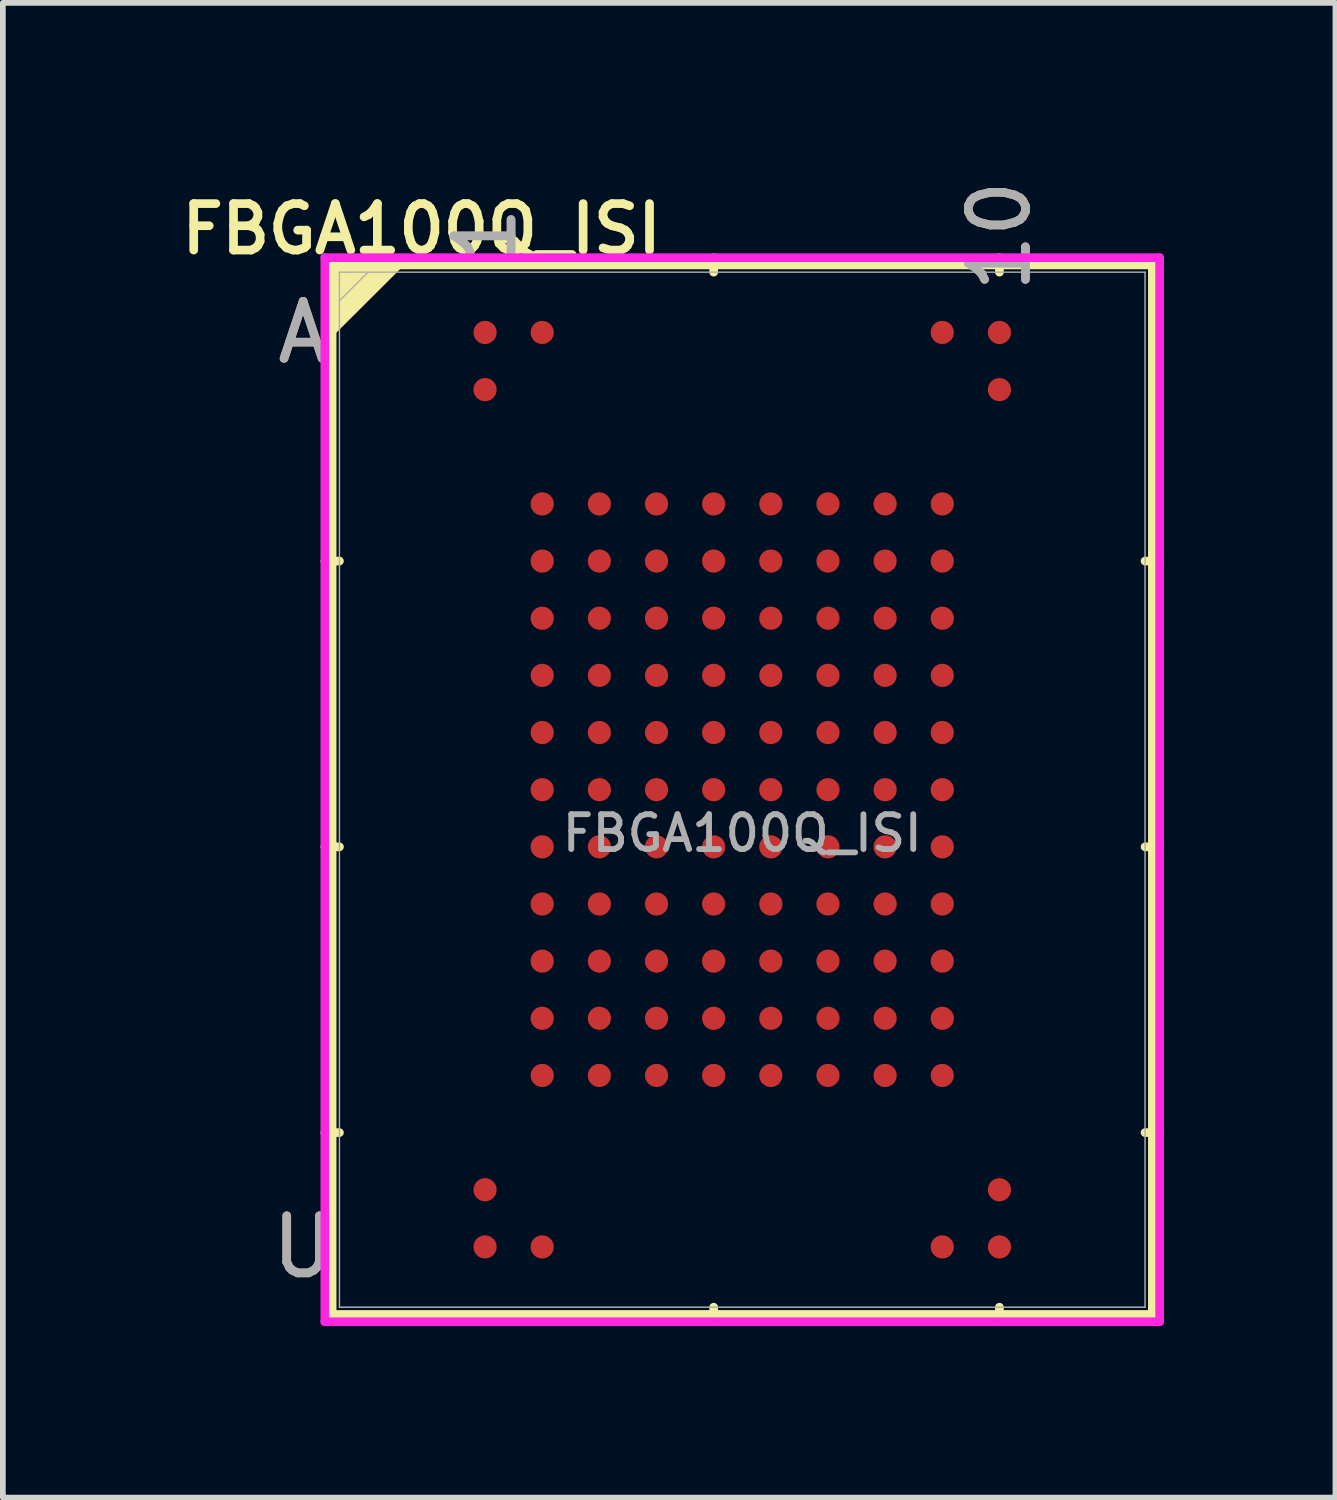
<source format=kicad_pcb>
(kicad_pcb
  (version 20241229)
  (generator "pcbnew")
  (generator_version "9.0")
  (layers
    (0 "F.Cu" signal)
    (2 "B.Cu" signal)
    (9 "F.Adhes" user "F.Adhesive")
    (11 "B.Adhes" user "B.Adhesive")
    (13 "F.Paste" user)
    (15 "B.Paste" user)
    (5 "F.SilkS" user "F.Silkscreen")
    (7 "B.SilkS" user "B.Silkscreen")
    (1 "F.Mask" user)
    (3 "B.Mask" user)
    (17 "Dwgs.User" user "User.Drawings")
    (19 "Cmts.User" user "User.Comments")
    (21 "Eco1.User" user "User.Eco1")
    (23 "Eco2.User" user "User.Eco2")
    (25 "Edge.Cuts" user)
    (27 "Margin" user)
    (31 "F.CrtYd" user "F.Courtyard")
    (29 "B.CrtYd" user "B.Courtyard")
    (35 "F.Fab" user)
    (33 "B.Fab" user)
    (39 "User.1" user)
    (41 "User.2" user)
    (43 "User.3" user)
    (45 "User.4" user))
  (footprint "FBGA100Q_ISI"
    (layer "F.Cu")
    (at 9.937 10.767)
    (property "Reference" "FBGA100Q_ISI" (at -5.61 -9.81 0) (unlocked yes) (layer "F.SilkS") (effects (font (size 0.813 0.813) (thickness 0.152) (bold yes))))
    (attr smd)
    (fp_line (start -7.176 -9.182) (end -7.176 9.182) (stroke (width 0.152) (type solid)) (layer "F.SilkS"))
    (fp_line (start -7.176 9.182) (end 7.176 9.182) (stroke (width 0.152) (type solid)) (layer "F.SilkS"))
    (fp_line (start -7.048 -4) (end -7.303 -4) (stroke (width 0.152) (type solid)) (layer "F.SilkS"))
    (fp_line (start -7.048 1) (end -7.303 1) (stroke (width 0.152) (type solid)) (layer "F.SilkS"))
    (fp_line (start -7.048 6) (end -7.303 6) (stroke (width 0.152) (type solid)) (layer "F.SilkS"))
    (fp_line (start -0.5 -9.055) (end -0.5 -9.309) (stroke (width 0.152) (type solid)) (layer "F.SilkS"))
    (fp_line (start -0.5 9.055) (end -0.5 9.309) (stroke (width 0.152) (type solid)) (layer "F.SilkS"))
    (fp_line (start 4.5 -9.055) (end 4.5 -9.309) (stroke (width 0.152) (type solid)) (layer "F.SilkS"))
    (fp_line (start 4.5 9.055) (end 4.5 9.309) (stroke (width 0.152) (type solid)) (layer "F.SilkS"))
    (fp_line (start 7.048 -4) (end 7.303 -4) (stroke (width 0.152) (type solid)) (layer "F.SilkS"))
    (fp_line (start 7.048 1) (end 7.303 1) (stroke (width 0.152) (type solid)) (layer "F.SilkS"))
    (fp_line (start 7.048 6) (end 7.303 6) (stroke (width 0.152) (type solid)) (layer "F.SilkS"))
    (fp_line (start 7.176 -9.182) (end -7.176 -9.182) (stroke (width 0.152) (type solid)) (layer "F.SilkS"))
    (fp_line (start 7.176 9.182) (end 7.176 -9.182) (stroke (width 0.152) (type solid)) (layer "F.SilkS"))
    (fp_poly (pts (xy -7.176 -9.182) (xy -7.176 -8.03) (xy -6.02 -9.182)) (stroke (width 0.152) (type solid)) (fill yes) (layer "F.SilkS"))
    (fp_line (start -7.303 -9.309) (end 7.303 -9.309) (stroke (width 0.152) (type solid)) (layer "F.CrtYd"))
    (fp_line (start -7.303 9.309) (end -7.303 -9.309) (stroke (width 0.152) (type solid)) (layer "F.CrtYd"))
    (fp_line (start 7.303 -9.309) (end 7.303 9.309) (stroke (width 0.152) (type solid)) (layer "F.CrtYd"))
    (fp_line (start 7.303 9.309) (end -7.303 9.309) (stroke (width 0.152) (type solid)) (layer "F.CrtYd"))
    (fp_line (start -7.048 -9.055) (end -7.048 9.055) (stroke (width 0.025) (type solid)) (layer "F.Fab"))
    (fp_line (start -7.048 9.055) (end 7.048 9.055) (stroke (width 0.025) (type solid)) (layer "F.Fab"))
    (fp_line (start -6.548 -9.055) (end -7.048 -8.555) (stroke (width 0.025) (type solid)) (layer "F.Fab"))
    (fp_line (start 7.048 -9.055) (end -7.048 -9.055) (stroke (width 0.025) (type solid)) (layer "F.Fab"))
    (fp_line (start 7.048 9.055) (end 7.048 -9.055) (stroke (width 0.025) (type solid)) (layer "F.Fab"))
    (fp_text user "10" (at 4.5 -9.69 90) (unlocked yes) (layer "B.SilkS") (effects (font (size 1 1) (thickness 0.15))))
    (fp_text user "A" (at -7.684 -8 0) (unlocked yes) (layer "B.SilkS") (effects (font (size 1 1) (thickness 0.15))))
    (fp_text user "U" (at -7.684 8 0) (unlocked yes) (layer "B.SilkS") (effects (font (size 1 1) (thickness 0.15))))
    (fp_text user "1" (at -4.5 -9.69 90) (unlocked yes) (layer "B.SilkS") (effects (font (size 1 1) (thickness 0.15))))
    (fp_text user "${REFERENCE}" (at 0 0.762 0) (unlocked yes) (layer "F.Fab") (effects (font (size 0.61 0.61) (thickness 0.102) (bold yes))))
    (fp_text user "A" (at -7.684 -8 0) (unlocked yes) (layer "F.Fab") (effects (font (size 1 1) (thickness 0.15))))
    (fp_text user "U" (at -7.684 8 0) (unlocked yes) (layer "F.Fab") (effects (font (size 1 1) (thickness 0.15))))
    (fp_text user "10" (at 4.5 -9.69 90) (unlocked yes) (layer "F.Fab") (effects (font (size 1 1) (thickness 0.15))))
    (fp_text user "1" (at -4.5 -9.69 90) (unlocked yes) (layer "F.Fab") (effects (font (size 1 1) (thickness 0.15))))
    (pad "A1" smd circle (at -4.5 -8) (size 0.406 0.406) (layers "F.Cu" "F.Mask" "F.Paste"))
    (pad "A2" smd circle (at -3.5 -8) (size 0.406 0.406) (layers "F.Cu" "F.Mask" "F.Paste"))
    (pad "A9" smd circle (at 3.5 -8) (size 0.406 0.406) (layers "F.Cu" "F.Mask" "F.Paste"))
    (pad "A10" smd circle (at 4.5 -8) (size 0.406 0.406) (layers "F.Cu" "F.Mask" "F.Paste"))
    (pad "B1" smd circle (at -4.5 -7) (size 0.406 0.406) (layers "F.Cu" "F.Mask" "F.Paste"))
    (pad "B10" smd circle (at 4.5 -7) (size 0.406 0.406) (layers "F.Cu" "F.Mask" "F.Paste"))
    (pad "D2" smd circle (at -3.5 -5) (size 0.406 0.406) (layers "F.Cu" "F.Mask" "F.Paste"))
    (pad "D3" smd circle (at -2.5 -5) (size 0.406 0.406) (layers "F.Cu" "F.Mask" "F.Paste"))
    (pad "D4" smd circle (at -1.5 -5) (size 0.406 0.406) (layers "F.Cu" "F.Mask" "F.Paste"))
    (pad "D5" smd circle (at -0.5 -5) (size 0.406 0.406) (layers "F.Cu" "F.Mask" "F.Paste"))
    (pad "D6" smd circle (at 0.5 -5) (size 0.406 0.406) (layers "F.Cu" "F.Mask" "F.Paste"))
    (pad "D7" smd circle (at 1.5 -5) (size 0.406 0.406) (layers "F.Cu" "F.Mask" "F.Paste"))
    (pad "D8" smd circle (at 2.5 -5) (size 0.406 0.406) (layers "F.Cu" "F.Mask" "F.Paste"))
    (pad "D9" smd circle (at 3.5 -5) (size 0.406 0.406) (layers "F.Cu" "F.Mask" "F.Paste"))
    (pad "E2" smd circle (at -3.5 -4) (size 0.406 0.406) (layers "F.Cu" "F.Mask" "F.Paste"))
    (pad "E3" smd circle (at -2.5 -4) (size 0.406 0.406) (layers "F.Cu" "F.Mask" "F.Paste"))
    (pad "E4" smd circle (at -1.5 -4) (size 0.406 0.406) (layers "F.Cu" "F.Mask" "F.Paste"))
    (pad "E5" smd circle (at -0.5 -4) (size 0.406 0.406) (layers "F.Cu" "F.Mask" "F.Paste"))
    (pad "E6" smd circle (at 0.5 -4) (size 0.406 0.406) (layers "F.Cu" "F.Mask" "F.Paste"))
    (pad "E7" smd circle (at 1.5 -4) (size 0.406 0.406) (layers "F.Cu" "F.Mask" "F.Paste"))
    (pad "E8" smd circle (at 2.5 -4) (size 0.406 0.406) (layers "F.Cu" "F.Mask" "F.Paste"))
    (pad "E9" smd circle (at 3.5 -4) (size 0.406 0.406) (layers "F.Cu" "F.Mask" "F.Paste"))
    (pad "F2" smd circle (at -3.5 -3) (size 0.406 0.406) (layers "F.Cu" "F.Mask" "F.Paste"))
    (pad "F3" smd circle (at -2.5 -3) (size 0.406 0.406) (layers "F.Cu" "F.Mask" "F.Paste"))
    (pad "F4" smd circle (at -1.5 -3) (size 0.406 0.406) (layers "F.Cu" "F.Mask" "F.Paste"))
    (pad "F5" smd circle (at -0.5 -3) (size 0.406 0.406) (layers "F.Cu" "F.Mask" "F.Paste"))
    (pad "F6" smd circle (at 0.5 -3) (size 0.406 0.406) (layers "F.Cu" "F.Mask" "F.Paste"))
    (pad "F7" smd circle (at 1.5 -3) (size 0.406 0.406) (layers "F.Cu" "F.Mask" "F.Paste"))
    (pad "F8" smd circle (at 2.5 -3) (size 0.406 0.406) (layers "F.Cu" "F.Mask" "F.Paste"))
    (pad "F9" smd circle (at 3.5 -3) (size 0.406 0.406) (layers "F.Cu" "F.Mask" "F.Paste"))
    (pad "G2" smd circle (at -3.5 -2) (size 0.406 0.406) (layers "F.Cu" "F.Mask" "F.Paste"))
    (pad "G3" smd circle (at -2.5 -2) (size 0.406 0.406) (layers "F.Cu" "F.Mask" "F.Paste"))
    (pad "G4" smd circle (at -1.5 -2) (size 0.406 0.406) (layers "F.Cu" "F.Mask" "F.Paste"))
    (pad "G5" smd circle (at -0.5 -2) (size 0.406 0.406) (layers "F.Cu" "F.Mask" "F.Paste"))
    (pad "G6" smd circle (at 0.5 -2) (size 0.406 0.406) (layers "F.Cu" "F.Mask" "F.Paste"))
    (pad "G7" smd circle (at 1.5 -2) (size 0.406 0.406) (layers "F.Cu" "F.Mask" "F.Paste"))
    (pad "G8" smd circle (at 2.5 -2) (size 0.406 0.406) (layers "F.Cu" "F.Mask" "F.Paste"))
    (pad "G9" smd circle (at 3.5 -2) (size 0.406 0.406) (layers "F.Cu" "F.Mask" "F.Paste"))
    (pad "H2" smd circle (at -3.5 -1) (size 0.406 0.406) (layers "F.Cu" "F.Mask" "F.Paste"))
    (pad "H3" smd circle (at -2.5 -1) (size 0.406 0.406) (layers "F.Cu" "F.Mask" "F.Paste"))
    (pad "H4" smd circle (at -1.5 -1) (size 0.406 0.406) (layers "F.Cu" "F.Mask" "F.Paste"))
    (pad "H5" smd circle (at -0.5 -1) (size 0.406 0.406) (layers "F.Cu" "F.Mask" "F.Paste"))
    (pad "H6" smd circle (at 0.5 -1) (size 0.406 0.406) (layers "F.Cu" "F.Mask" "F.Paste"))
    (pad "H7" smd circle (at 1.5 -1) (size 0.406 0.406) (layers "F.Cu" "F.Mask" "F.Paste"))
    (pad "H8" smd circle (at 2.5 -1) (size 0.406 0.406) (layers "F.Cu" "F.Mask" "F.Paste"))
    (pad "H9" smd circle (at 3.5 -1) (size 0.406 0.406) (layers "F.Cu" "F.Mask" "F.Paste"))
    (pad "J2" smd circle (at -3.5 0) (size 0.406 0.406) (layers "F.Cu" "F.Mask" "F.Paste"))
    (pad "J3" smd circle (at -2.5 0) (size 0.406 0.406) (layers "F.Cu" "F.Mask" "F.Paste"))
    (pad "J4" smd circle (at -1.5 0) (size 0.406 0.406) (layers "F.Cu" "F.Mask" "F.Paste"))
    (pad "J5" smd circle (at -0.5 0) (size 0.406 0.406) (layers "F.Cu" "F.Mask" "F.Paste"))
    (pad "J6" smd circle (at 0.5 0) (size 0.406 0.406) (layers "F.Cu" "F.Mask" "F.Paste"))
    (pad "J7" smd circle (at 1.5 0) (size 0.406 0.406) (layers "F.Cu" "F.Mask" "F.Paste"))
    (pad "J8" smd circle (at 2.5 0) (size 0.406 0.406) (layers "F.Cu" "F.Mask" "F.Paste"))
    (pad "J9" smd circle (at 3.5 0) (size 0.406 0.406) (layers "F.Cu" "F.Mask" "F.Paste"))
    (pad "K2" smd circle (at -3.5 1) (size 0.406 0.406) (layers "F.Cu" "F.Mask" "F.Paste"))
    (pad "K3" smd circle (at -2.5 1) (size 0.406 0.406) (layers "F.Cu" "F.Mask" "F.Paste"))
    (pad "K4" smd circle (at -1.5 1) (size 0.406 0.406) (layers "F.Cu" "F.Mask" "F.Paste"))
    (pad "K5" smd circle (at -0.5 1) (size 0.406 0.406) (layers "F.Cu" "F.Mask" "F.Paste"))
    (pad "K6" smd circle (at 0.5 1) (size 0.406 0.406) (layers "F.Cu" "F.Mask" "F.Paste"))
    (pad "K7" smd circle (at 1.5 1) (size 0.406 0.406) (layers "F.Cu" "F.Mask" "F.Paste"))
    (pad "K8" smd circle (at 2.5 1) (size 0.406 0.406) (layers "F.Cu" "F.Mask" "F.Paste"))
    (pad "K9" smd circle (at 3.5 1) (size 0.406 0.406) (layers "F.Cu" "F.Mask" "F.Paste"))
    (pad "L2" smd circle (at -3.5 2) (size 0.406 0.406) (layers "F.Cu" "F.Mask" "F.Paste"))
    (pad "L3" smd circle (at -2.5 2) (size 0.406 0.406) (layers "F.Cu" "F.Mask" "F.Paste"))
    (pad "L4" smd circle (at -1.5 2) (size 0.406 0.406) (layers "F.Cu" "F.Mask" "F.Paste"))
    (pad "L5" smd circle (at -0.5 2) (size 0.406 0.406) (layers "F.Cu" "F.Mask" "F.Paste"))
    (pad "L6" smd circle (at 0.5 2) (size 0.406 0.406) (layers "F.Cu" "F.Mask" "F.Paste"))
    (pad "L7" smd circle (at 1.5 2) (size 0.406 0.406) (layers "F.Cu" "F.Mask" "F.Paste"))
    (pad "L8" smd circle (at 2.5 2) (size 0.406 0.406) (layers "F.Cu" "F.Mask" "F.Paste"))
    (pad "L9" smd circle (at 3.5 2) (size 0.406 0.406) (layers "F.Cu" "F.Mask" "F.Paste"))
    (pad "M2" smd circle (at -3.5 3) (size 0.406 0.406) (layers "F.Cu" "F.Mask" "F.Paste"))
    (pad "M3" smd circle (at -2.5 3) (size 0.406 0.406) (layers "F.Cu" "F.Mask" "F.Paste"))
    (pad "M4" smd circle (at -1.5 3) (size 0.406 0.406) (layers "F.Cu" "F.Mask" "F.Paste"))
    (pad "M5" smd circle (at -0.5 3) (size 0.406 0.406) (layers "F.Cu" "F.Mask" "F.Paste"))
    (pad "M6" smd circle (at 0.5 3) (size 0.406 0.406) (layers "F.Cu" "F.Mask" "F.Paste"))
    (pad "M7" smd circle (at 1.5 3) (size 0.406 0.406) (layers "F.Cu" "F.Mask" "F.Paste"))
    (pad "M8" smd circle (at 2.5 3) (size 0.406 0.406) (layers "F.Cu" "F.Mask" "F.Paste"))
    (pad "M9" smd circle (at 3.5 3) (size 0.406 0.406) (layers "F.Cu" "F.Mask" "F.Paste"))
    (pad "N2" smd circle (at -3.5 4) (size 0.406 0.406) (layers "F.Cu" "F.Mask" "F.Paste"))
    (pad "N3" smd circle (at -2.5 4) (size 0.406 0.406) (layers "F.Cu" "F.Mask" "F.Paste"))
    (pad "N4" smd circle (at -1.5 4) (size 0.406 0.406) (layers "F.Cu" "F.Mask" "F.Paste"))
    (pad "N5" smd circle (at -0.5 4) (size 0.406 0.406) (layers "F.Cu" "F.Mask" "F.Paste"))
    (pad "N6" smd circle (at 0.5 4) (size 0.406 0.406) (layers "F.Cu" "F.Mask" "F.Paste"))
    (pad "N7" smd circle (at 1.5 4) (size 0.406 0.406) (layers "F.Cu" "F.Mask" "F.Paste"))
    (pad "N8" smd circle (at 2.5 4) (size 0.406 0.406) (layers "F.Cu" "F.Mask" "F.Paste"))
    (pad "N9" smd circle (at 3.5 4) (size 0.406 0.406) (layers "F.Cu" "F.Mask" "F.Paste"))
    (pad "P2" smd circle (at -3.5 5) (size 0.406 0.406) (layers "F.Cu" "F.Mask" "F.Paste"))
    (pad "P3" smd circle (at -2.5 5) (size 0.406 0.406) (layers "F.Cu" "F.Mask" "F.Paste"))
    (pad "P4" smd circle (at -1.5 5) (size 0.406 0.406) (layers "F.Cu" "F.Mask" "F.Paste"))
    (pad "P5" smd circle (at -0.5 5) (size 0.406 0.406) (layers "F.Cu" "F.Mask" "F.Paste"))
    (pad "P6" smd circle (at 0.5 5) (size 0.406 0.406) (layers "F.Cu" "F.Mask" "F.Paste"))
    (pad "P7" smd circle (at 1.5 5) (size 0.406 0.406) (layers "F.Cu" "F.Mask" "F.Paste"))
    (pad "P8" smd circle (at 2.5 5) (size 0.406 0.406) (layers "F.Cu" "F.Mask" "F.Paste"))
    (pad "P9" smd circle (at 3.5 5) (size 0.406 0.406) (layers "F.Cu" "F.Mask" "F.Paste"))
    (pad "T1" smd circle (at -4.5 7) (size 0.406 0.406) (layers "F.Cu" "F.Mask" "F.Paste"))
    (pad "T10" smd circle (at 4.5 7) (size 0.406 0.406) (layers "F.Cu" "F.Mask" "F.Paste"))
    (pad "U1" smd circle (at -4.5 8) (size 0.406 0.406) (layers "F.Cu" "F.Mask" "F.Paste"))
    (pad "U2" smd circle (at -3.5 8) (size 0.406 0.406) (layers "F.Cu" "F.Mask" "F.Paste"))
    (pad "U9" smd circle (at 3.5 8) (size 0.406 0.406) (layers "F.Cu" "F.Mask" "F.Paste"))
    (pad "U10" smd circle (at 4.5 8) (size 0.406 0.406) (layers "F.Cu" "F.Mask" "F.Paste")))
  (gr_rect
    (start -3 -3)
    (end 20.316 23.153)
    (stroke (width 0.1) (type default))
    (fill no)
    (layer "Edge.Cuts")))
</source>
